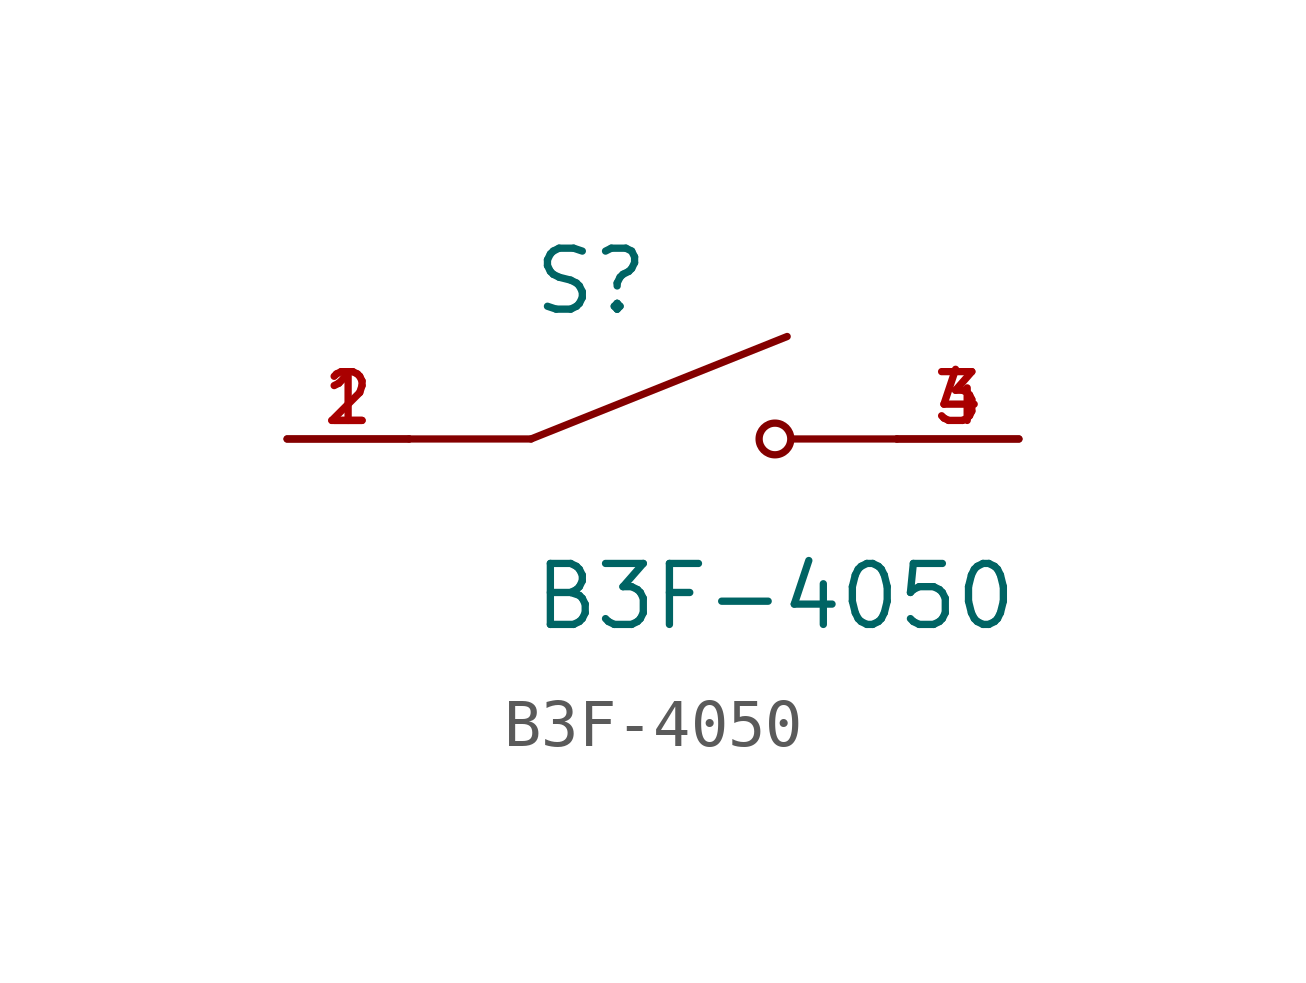
<source format=kicad_sym>
(kicad_symbol_lib
  (version 20211014)
  (generator kicad_symbol_editor)
  (symbol "B3F-4050"
    (pin_names
      (offset 1.016))
    (property "Reference" "S"
      (at -2.54 2.54 0)
      (effects (font (size 1.27 1.27)) (justify bottom left)))
    (property "Value" "B3F-4050"
      (at -2.54 -2.54 0)
      (effects (font (size 1.27 1.27)) (justify top left)))
    (symbol "B3F-4050_0_0"
      (polyline (pts (xy -2.54 0.0) (xy 2.794 2.134)) (stroke (width 0.152)))
      (circle (center 2.54 0.0) (radius 0.33) (stroke (width 0.152)) (fill (type none)))
      (polyline (pts (xy 5.08 0.0) (xy 2.921 0.0)) (stroke (width 0.152)))
      (polyline (pts (xy -2.54 0.0) (xy -5.08 0.0)) (stroke (width 0.152)))
      (pin passive line (at -7.62 0.0 0) (length 2.54) (name "~" (effects (font (size 1.016 1.016)))) (number "1" (effects (font (size 1.016 1.016)))))
      (pin passive line (at -7.62 0.0 0) (length 2.54) (name "~" (effects (font (size 1.016 1.016)))) (number "2" (effects (font (size 1.016 1.016)))))
      (pin passive line (at 7.62 0.0 180.0) (length 2.54) (name "~" (effects (font (size 1.016 1.016)))) (number "3" (effects (font (size 1.016 1.016)))))
      (pin passive line (at 7.62 0.0 180.0) (length 2.54) (name "~" (effects (font (size 1.016 1.016)))) (number "4" (effects (font (size 1.016 1.016))))))))
</source>
